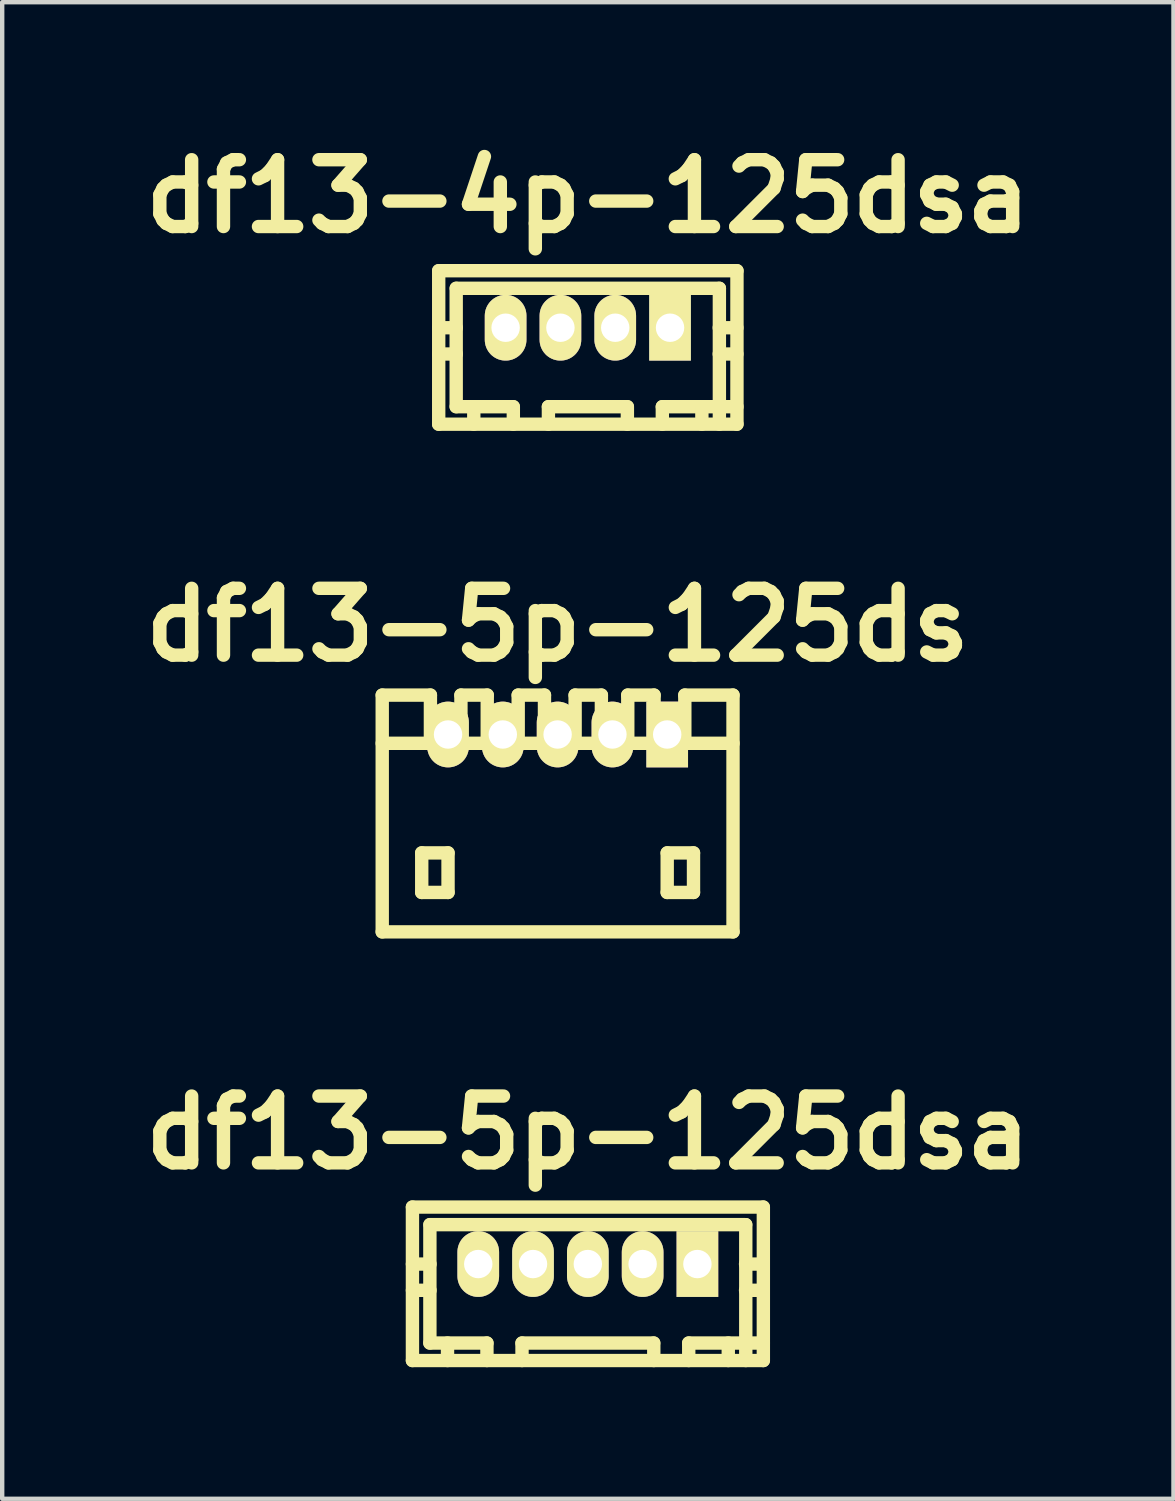
<source format=kicad_pcb>
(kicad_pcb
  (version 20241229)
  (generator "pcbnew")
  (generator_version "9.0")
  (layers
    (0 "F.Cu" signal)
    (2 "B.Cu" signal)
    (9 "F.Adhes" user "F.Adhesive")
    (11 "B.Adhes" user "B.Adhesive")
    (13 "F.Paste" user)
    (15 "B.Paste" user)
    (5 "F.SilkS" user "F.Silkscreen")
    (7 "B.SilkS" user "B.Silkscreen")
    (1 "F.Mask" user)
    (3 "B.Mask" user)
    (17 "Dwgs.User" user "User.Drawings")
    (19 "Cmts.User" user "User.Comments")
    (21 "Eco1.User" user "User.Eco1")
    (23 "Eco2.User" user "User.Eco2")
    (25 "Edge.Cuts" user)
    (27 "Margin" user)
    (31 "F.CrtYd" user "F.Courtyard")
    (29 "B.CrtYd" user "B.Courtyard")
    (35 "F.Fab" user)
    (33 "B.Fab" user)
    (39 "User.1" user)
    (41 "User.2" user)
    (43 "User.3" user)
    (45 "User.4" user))
  (footprint "df13-4p-125dsa"
    (layer "F.Cu")
    (at 10.356 4.424)
    (property "Reference" "df13-4p-125dsa" (at 0 -2.997 0) (layer "F.SilkS") (effects (font (size 1.524 1.524) (thickness 0.305))))
    (attr through_hole)
    (fp_line (start -3.401 -1.3) (end 3.401 -1.3) (stroke (width 0.305) (type solid)) (layer "F.SilkS"))
    (fp_line (start -3.401 2.2) (end -3.401 -1.3) (stroke (width 0.305) (type solid)) (layer "F.SilkS"))
    (fp_line (start -3.002 -0.899) (end -3.002 1.801) (stroke (width 0.305) (type solid)) (layer "F.SilkS"))
    (fp_line (start -3 0) (end -3.401 0) (stroke (width 0.305) (type solid)) (layer "F.SilkS"))
    (fp_line (start -3 0.599) (end -3.401 0.599) (stroke (width 0.305) (type solid)) (layer "F.SilkS"))
    (fp_line (start -2.601 1.801) (end -2.601 2.2) (stroke (width 0.305) (type solid)) (layer "F.SilkS"))
    (fp_line (start -1.999 -0.099) (end -1.801 -0.099) (stroke (width 0.305) (type solid)) (layer "F.SilkS"))
    (fp_line (start -1.999 0.099) (end -1.999 -0.099) (stroke (width 0.305) (type solid)) (layer "F.SilkS"))
    (fp_line (start -1.801 -0.099) (end -1.801 0.099) (stroke (width 0.305) (type solid)) (layer "F.SilkS"))
    (fp_line (start -1.801 0.099) (end -1.999 0.099) (stroke (width 0.305) (type solid)) (layer "F.SilkS"))
    (fp_line (start -1.702 1.801) (end -3.002 1.801) (stroke (width 0.305) (type solid)) (layer "F.SilkS"))
    (fp_line (start -1.699 1.801) (end -1.699 2.2) (stroke (width 0.305) (type solid)) (layer "F.SilkS"))
    (fp_line (start -0.899 1.801) (end 0.899 1.801) (stroke (width 0.305) (type solid)) (layer "F.SilkS"))
    (fp_line (start -0.899 2.2) (end -0.899 1.801) (stroke (width 0.305) (type solid)) (layer "F.SilkS"))
    (fp_line (start -0.701 -0.099) (end -0.5 -0.099) (stroke (width 0.305) (type solid)) (layer "F.SilkS"))
    (fp_line (start -0.701 0.099) (end -0.701 -0.099) (stroke (width 0.305) (type solid)) (layer "F.SilkS"))
    (fp_line (start -0.5 -0.099) (end -0.5 0.099) (stroke (width 0.305) (type solid)) (layer "F.SilkS"))
    (fp_line (start -0.5 0.099) (end -0.701 0.099) (stroke (width 0.305) (type solid)) (layer "F.SilkS"))
    (fp_line (start 0.5 -0.099) (end 0.5 0.099) (stroke (width 0.305) (type solid)) (layer "F.SilkS"))
    (fp_line (start 0.5 0.099) (end 0.701 0.099) (stroke (width 0.305) (type solid)) (layer "F.SilkS"))
    (fp_line (start 0.701 -0.099) (end 0.5 -0.099) (stroke (width 0.305) (type solid)) (layer "F.SilkS"))
    (fp_line (start 0.701 0.099) (end 0.701 -0.099) (stroke (width 0.305) (type solid)) (layer "F.SilkS"))
    (fp_line (start 0.902 2.2) (end 0.902 1.801) (stroke (width 0.305) (type solid)) (layer "F.SilkS"))
    (fp_line (start 1.699 1.801) (end 1.699 2.2) (stroke (width 0.305) (type solid)) (layer "F.SilkS"))
    (fp_line (start 1.699 1.801) (end 3.401 1.801) (stroke (width 0.305) (type solid)) (layer "F.SilkS"))
    (fp_line (start 1.801 -0.099) (end 1.801 0.099) (stroke (width 0.305) (type solid)) (layer "F.SilkS"))
    (fp_line (start 1.801 0.099) (end 1.999 0.099) (stroke (width 0.305) (type solid)) (layer "F.SilkS"))
    (fp_line (start 1.999 -0.099) (end 1.801 -0.099) (stroke (width 0.305) (type solid)) (layer "F.SilkS"))
    (fp_line (start 1.999 0.099) (end 1.999 -0.099) (stroke (width 0.305) (type solid)) (layer "F.SilkS"))
    (fp_line (start 2.601 1.801) (end 2.601 2.2) (stroke (width 0.305) (type solid)) (layer "F.SilkS"))
    (fp_line (start 2.997 0) (end 3.399 0) (stroke (width 0.305) (type solid)) (layer "F.SilkS"))
    (fp_line (start 3 -0.899) (end -3 -0.899) (stroke (width 0.305) (type solid)) (layer "F.SilkS"))
    (fp_line (start 3 -0.899) (end 3 2.2) (stroke (width 0.305) (type solid)) (layer "F.SilkS"))
    (fp_line (start 3.399 0.599) (end 2.997 0.599) (stroke (width 0.305) (type solid)) (layer "F.SilkS"))
    (fp_line (start 3.401 -1.3) (end 3.401 2.2) (stroke (width 0.305) (type solid)) (layer "F.SilkS"))
    (fp_line (start 3.401 2.2) (end -3.401 2.2) (stroke (width 0.305) (type solid)) (layer "F.SilkS"))
    (pad "1" thru_hole rect (at 1.875 0) (size 0.95 1.499) (drill 0.648) (layers "*.Cu" "*.Mask" "F.SilkS"))
    (pad "2" thru_hole oval (at 0.625 0) (size 0.95 1.499) (drill 0.648) (layers "*.Cu" "*.Mask" "F.SilkS"))
    (pad "3" thru_hole oval (at -0.625 0) (size 0.95 1.499) (drill 0.648) (layers "*.Cu" "*.Mask" "F.SilkS"))
    (pad "4" thru_hole oval (at -1.875 0) (size 0.95 1.499) (drill 0.648) (layers "*.Cu" "*.Mask" "F.SilkS")))
  (footprint "df13-5p-125dsa"
    (layer "F.Cu")
    (at 10.356 25.778)
    (property "Reference" "df13-5p-125dsa" (at 0 -2.997 0) (layer "F.SilkS") (effects (font (size 1.524 1.524) (thickness 0.305))))
    (attr through_hole)
    (fp_line (start -4 2.2) (end -4 -1.3) (stroke (width 0.305) (type solid)) (layer "F.SilkS"))
    (fp_line (start -3.602 -0.899) (end -3.602 1.801) (stroke (width 0.305) (type solid)) (layer "F.SilkS"))
    (fp_line (start -3.599 -0.899) (end 3.599 -0.899) (stroke (width 0.305) (type solid)) (layer "F.SilkS"))
    (fp_line (start -3.599 0) (end -4 0) (stroke (width 0.305) (type solid)) (layer "F.SilkS"))
    (fp_line (start -3.599 0.599) (end -4 0.599) (stroke (width 0.305) (type solid)) (layer "F.SilkS"))
    (fp_line (start -3.2 1.801) (end -3.2 2.2) (stroke (width 0.305) (type solid)) (layer "F.SilkS"))
    (fp_line (start -2.601 -0.099) (end -2.601 0.099) (stroke (width 0.305) (type solid)) (layer "F.SilkS"))
    (fp_line (start -2.601 0.099) (end -2.4 0.099) (stroke (width 0.305) (type solid)) (layer "F.SilkS"))
    (fp_line (start -2.4 -0.099) (end -2.601 -0.099) (stroke (width 0.305) (type solid)) (layer "F.SilkS"))
    (fp_line (start -2.4 0.099) (end -2.4 -0.099) (stroke (width 0.305) (type solid)) (layer "F.SilkS"))
    (fp_line (start -2.301 1.801) (end -3.602 1.801) (stroke (width 0.305) (type solid)) (layer "F.SilkS"))
    (fp_line (start -2.301 1.801) (end -2.301 2.2) (stroke (width 0.305) (type solid)) (layer "F.SilkS"))
    (fp_line (start -1.501 1.801) (end 1.501 1.801) (stroke (width 0.305) (type solid)) (layer "F.SilkS"))
    (fp_line (start -1.501 2.2) (end -1.501 1.801) (stroke (width 0.305) (type solid)) (layer "F.SilkS"))
    (fp_line (start -1.3 -0.099) (end -1.3 0.099) (stroke (width 0.305) (type solid)) (layer "F.SilkS"))
    (fp_line (start -1.3 0.099) (end -1.1 0.099) (stroke (width 0.305) (type solid)) (layer "F.SilkS"))
    (fp_line (start -1.1 -0.099) (end -1.3 -0.099) (stroke (width 0.305) (type solid)) (layer "F.SilkS"))
    (fp_line (start -1.1 0.099) (end -1.1 -0.099) (stroke (width 0.305) (type solid)) (layer "F.SilkS"))
    (fp_line (start -0.099 -0.099) (end 0.099 -0.099) (stroke (width 0.305) (type solid)) (layer "F.SilkS"))
    (fp_line (start -0.099 0.099) (end -0.099 -0.099) (stroke (width 0.305) (type solid)) (layer "F.SilkS"))
    (fp_line (start 0.099 -0.099) (end 0.099 0.099) (stroke (width 0.305) (type solid)) (layer "F.SilkS"))
    (fp_line (start 0.099 0.099) (end -0.099 0.099) (stroke (width 0.305) (type solid)) (layer "F.SilkS"))
    (fp_line (start 1.1 -0.099) (end 1.3 -0.099) (stroke (width 0.305) (type solid)) (layer "F.SilkS"))
    (fp_line (start 1.1 0.099) (end 1.1 -0.099) (stroke (width 0.305) (type solid)) (layer "F.SilkS"))
    (fp_line (start 1.3 -0.099) (end 1.3 0.099) (stroke (width 0.305) (type solid)) (layer "F.SilkS"))
    (fp_line (start 1.3 0.099) (end 1.1 0.099) (stroke (width 0.305) (type solid)) (layer "F.SilkS"))
    (fp_line (start 1.504 2.2) (end 1.504 1.801) (stroke (width 0.305) (type solid)) (layer "F.SilkS"))
    (fp_line (start 2.301 1.801) (end 2.301 2.2) (stroke (width 0.305) (type solid)) (layer "F.SilkS"))
    (fp_line (start 2.301 1.801) (end 4.003 1.801) (stroke (width 0.305) (type solid)) (layer "F.SilkS"))
    (fp_line (start 2.4 -0.099) (end 2.601 -0.099) (stroke (width 0.305) (type solid)) (layer "F.SilkS"))
    (fp_line (start 2.4 0.099) (end 2.4 -0.099) (stroke (width 0.305) (type solid)) (layer "F.SilkS"))
    (fp_line (start 2.601 -0.099) (end 2.601 0.099) (stroke (width 0.305) (type solid)) (layer "F.SilkS"))
    (fp_line (start 2.601 0.099) (end 2.4 0.099) (stroke (width 0.305) (type solid)) (layer "F.SilkS"))
    (fp_line (start 3.203 1.801) (end 3.203 2.2) (stroke (width 0.305) (type solid)) (layer "F.SilkS"))
    (fp_line (start 3.597 0) (end 3.998 0) (stroke (width 0.305) (type solid)) (layer "F.SilkS"))
    (fp_line (start 3.602 -0.899) (end 3.602 2.2) (stroke (width 0.305) (type solid)) (layer "F.SilkS"))
    (fp_line (start 3.998 0.599) (end 3.597 0.599) (stroke (width 0.305) (type solid)) (layer "F.SilkS"))
    (fp_line (start 4 -1.3) (end -4 -1.3) (stroke (width 0.305) (type solid)) (layer "F.SilkS"))
    (fp_line (start 4 2.2) (end -4 2.2) (stroke (width 0.305) (type solid)) (layer "F.SilkS"))
    (fp_line (start 4.003 -1.3) (end 4.003 2.2) (stroke (width 0.305) (type solid)) (layer "F.SilkS"))
    (pad "1" thru_hole rect (at 2.499 0) (size 0.95 1.499) (drill 0.648) (layers "*.Cu" "*.Mask" "F.SilkS"))
    (pad "2" thru_hole oval (at 1.25 0) (size 0.95 1.499) (drill 0.648) (layers "*.Cu" "*.Mask" "F.SilkS"))
    (pad "3" thru_hole oval (at 0 0) (size 0.95 1.499) (drill 0.648) (layers "*.Cu" "*.Mask" "F.SilkS"))
    (pad "4" thru_hole oval (at -1.25 0) (size 0.95 1.499) (drill 0.648) (layers "*.Cu" "*.Mask" "F.SilkS"))
    (pad "5" thru_hole oval (at -2.499 0) (size 0.95 1.499) (drill 0.648) (layers "*.Cu" "*.Mask" "F.SilkS")))
  (footprint "df13-5p-125ds"
    (layer "F.Cu")
    (at 9.667 15.502)
    (property "Reference" "df13-5p-125ds" (at 0 -4.3 0) (layer "F.SilkS") (effects (font (size 1.524 1.524) (thickness 0.305))))
    (attr through_hole)
    (fp_line (start -4 2.7) (end -4 -2.7) (stroke (width 0.305) (type solid)) (layer "F.SilkS"))
    (fp_line (start -4 2.7) (end 4 2.7) (stroke (width 0.305) (type solid)) (layer "F.SilkS"))
    (fp_line (start -3.099 0.899) (end -3.099 1.801) (stroke (width 0.305) (type solid)) (layer "F.SilkS"))
    (fp_line (start -3.099 1.801) (end -2.499 1.801) (stroke (width 0.305) (type solid)) (layer "F.SilkS"))
    (fp_line (start -2.901 -2.7) (end -4 -2.7) (stroke (width 0.305) (type solid)) (layer "F.SilkS"))
    (fp_line (start -2.901 -1.6) (end -2.901 -2.7) (stroke (width 0.305) (type solid)) (layer "F.SilkS"))
    (fp_line (start -2.499 0.899) (end -3.099 0.899) (stroke (width 0.305) (type solid)) (layer "F.SilkS"))
    (fp_line (start -2.499 1.801) (end -2.499 0.899) (stroke (width 0.305) (type solid)) (layer "F.SilkS"))
    (fp_line (start -2.205 -1.6) (end -2.205 -2.7) (stroke (width 0.305) (type solid)) (layer "F.SilkS"))
    (fp_line (start -1.605 -2.7) (end -2.205 -2.7) (stroke (width 0.305) (type solid)) (layer "F.SilkS"))
    (fp_line (start -1.605 -1.6) (end -1.605 -2.7) (stroke (width 0.305) (type solid)) (layer "F.SilkS"))
    (fp_line (start -0.899 -2.7) (end -0.3 -2.7) (stroke (width 0.305) (type solid)) (layer "F.SilkS"))
    (fp_line (start -0.899 -1.6) (end -0.899 -2.7) (stroke (width 0.305) (type solid)) (layer "F.SilkS"))
    (fp_line (start -0.3 -2.7) (end -0.3 -1.6) (stroke (width 0.305) (type solid)) (layer "F.SilkS"))
    (fp_line (start 0.399 -2.7) (end 0.998 -2.7) (stroke (width 0.305) (type solid)) (layer "F.SilkS"))
    (fp_line (start 0.399 -1.6) (end 0.399 -2.7) (stroke (width 0.305) (type solid)) (layer "F.SilkS"))
    (fp_line (start 0.998 -2.7) (end 0.998 -1.6) (stroke (width 0.305) (type solid)) (layer "F.SilkS"))
    (fp_line (start 1.6 -2.7) (end 2.2 -2.7) (stroke (width 0.305) (type solid)) (layer "F.SilkS"))
    (fp_line (start 1.6 -1.6) (end 1.6 -2.7) (stroke (width 0.305) (type solid)) (layer "F.SilkS"))
    (fp_line (start 2.2 -2.7) (end 2.2 -1.6) (stroke (width 0.305) (type solid)) (layer "F.SilkS"))
    (fp_line (start 2.499 0.899) (end 3.099 0.899) (stroke (width 0.305) (type solid)) (layer "F.SilkS"))
    (fp_line (start 2.499 1.801) (end 2.499 0.899) (stroke (width 0.305) (type solid)) (layer "F.SilkS"))
    (fp_line (start 2.901 -1.6) (end 2.901 -2.7) (stroke (width 0.305) (type solid)) (layer "F.SilkS"))
    (fp_line (start 3.099 0.899) (end 3.099 1.801) (stroke (width 0.305) (type solid)) (layer "F.SilkS"))
    (fp_line (start 3.099 1.801) (end 2.499 1.801) (stroke (width 0.305) (type solid)) (layer "F.SilkS"))
    (fp_line (start 4 -2.7) (end 2.901 -2.7) (stroke (width 0.305) (type solid)) (layer "F.SilkS"))
    (fp_line (start 4 -1.6) (end -4 -1.6) (stroke (width 0.305) (type solid)) (layer "F.SilkS"))
    (fp_line (start 4 2.7) (end 4 -2.7) (stroke (width 0.305) (type solid)) (layer "F.SilkS"))
    (pad "1" thru_hole rect (at 2.499 -1.801) (size 0.95 1.499) (drill 0.648) (layers "*.Cu" "*.Mask" "F.SilkS"))
    (pad "2" thru_hole oval (at 1.25 -1.801) (size 0.95 1.499) (drill 0.648) (layers "*.Cu" "*.Mask" "F.SilkS"))
    (pad "3" thru_hole oval (at 0 -1.801) (size 0.95 1.499) (drill 0.648) (layers "*.Cu" "*.Mask" "F.SilkS"))
    (pad "4" thru_hole oval (at -1.25 -1.801) (size 0.95 1.499) (drill 0.648) (layers "*.Cu" "*.Mask" "F.SilkS"))
    (pad "5" thru_hole oval (at -2.499 -1.801) (size 0.95 1.499) (drill 0.648) (layers "*.Cu" "*.Mask" "F.SilkS")))
  (gr_rect
    (start -3 -3)
    (end 23.712 31.131)
    (stroke (width 0.1) (type default))
    (fill no)
    (layer "Edge.Cuts")))
</source>
